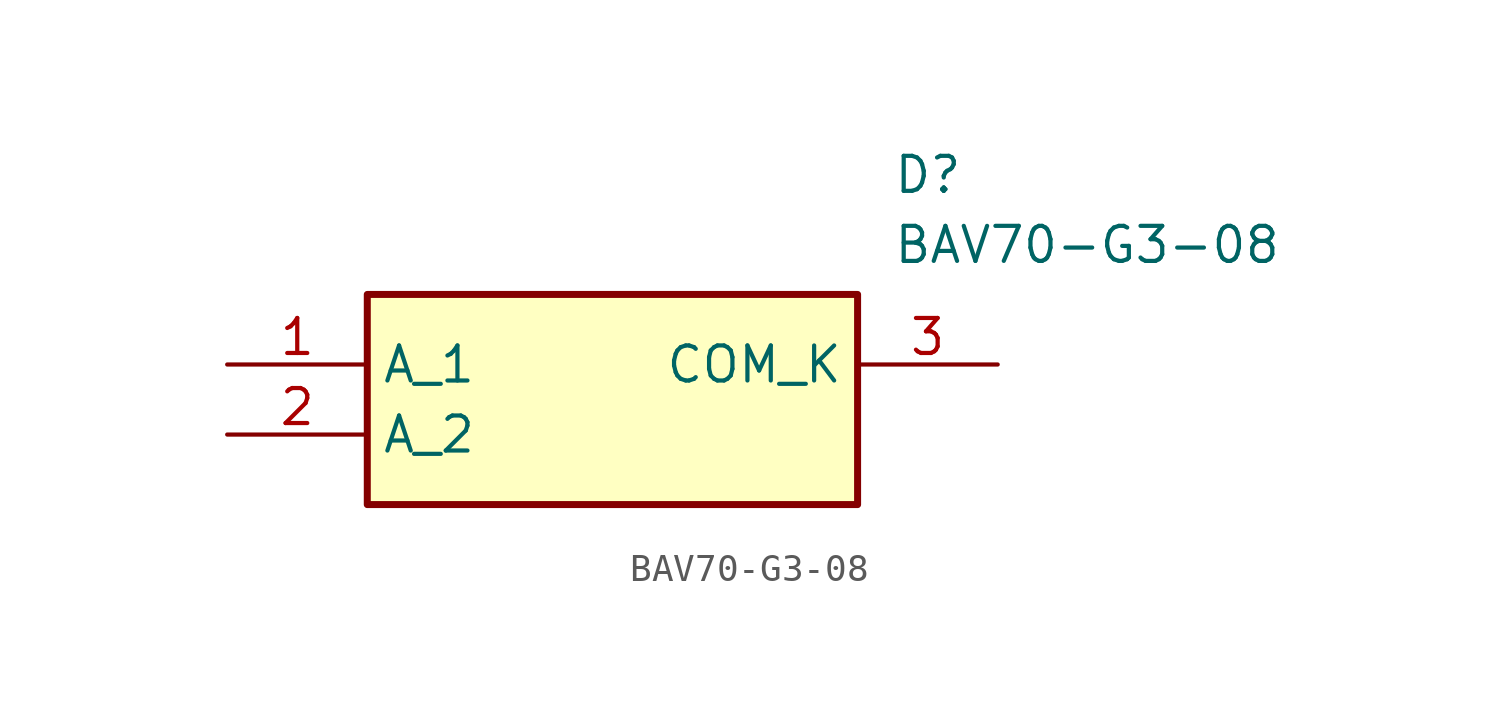
<source format=kicad_sym>
(kicad_symbol_lib
  (version 20220914)
  (generator kicad_symbol_editor)
  (symbol "BAV70-G3-08"
    (property "Reference" "D"
      (at 24.13 7.62 0)
      (effects (font (size 1.27 1.27)) (justify left top)))
    (property "Value" "BAV70-G3-08"
      (at 24.13 5.08 0)
      (effects (font (size 1.27 1.27)) (justify left top)))
    (symbol "BAV70-G3-08_1_1"
      (rectangle (start 5.08 2.54) (end 22.86 -5.08) (stroke (width 0.254) (type default)) (fill (type background)))
      (pin passive line (at 0 0 0) (length 5.08) (name "A_1" (effects (font (size 1.27 1.27)))) (number "1" (effects (font (size 1.27 1.27)))))
      (pin passive line (at 0 -2.54 0) (length 5.08) (name "A_2" (effects (font (size 1.27 1.27)))) (number "2" (effects (font (size 1.27 1.27)))))
      (pin passive line (at 27.94 0 180) (length 5.08) (name "COM_K" (effects (font (size 1.27 1.27)))) (number "3" (effects (font (size 1.27 1.27))))))))
</source>
